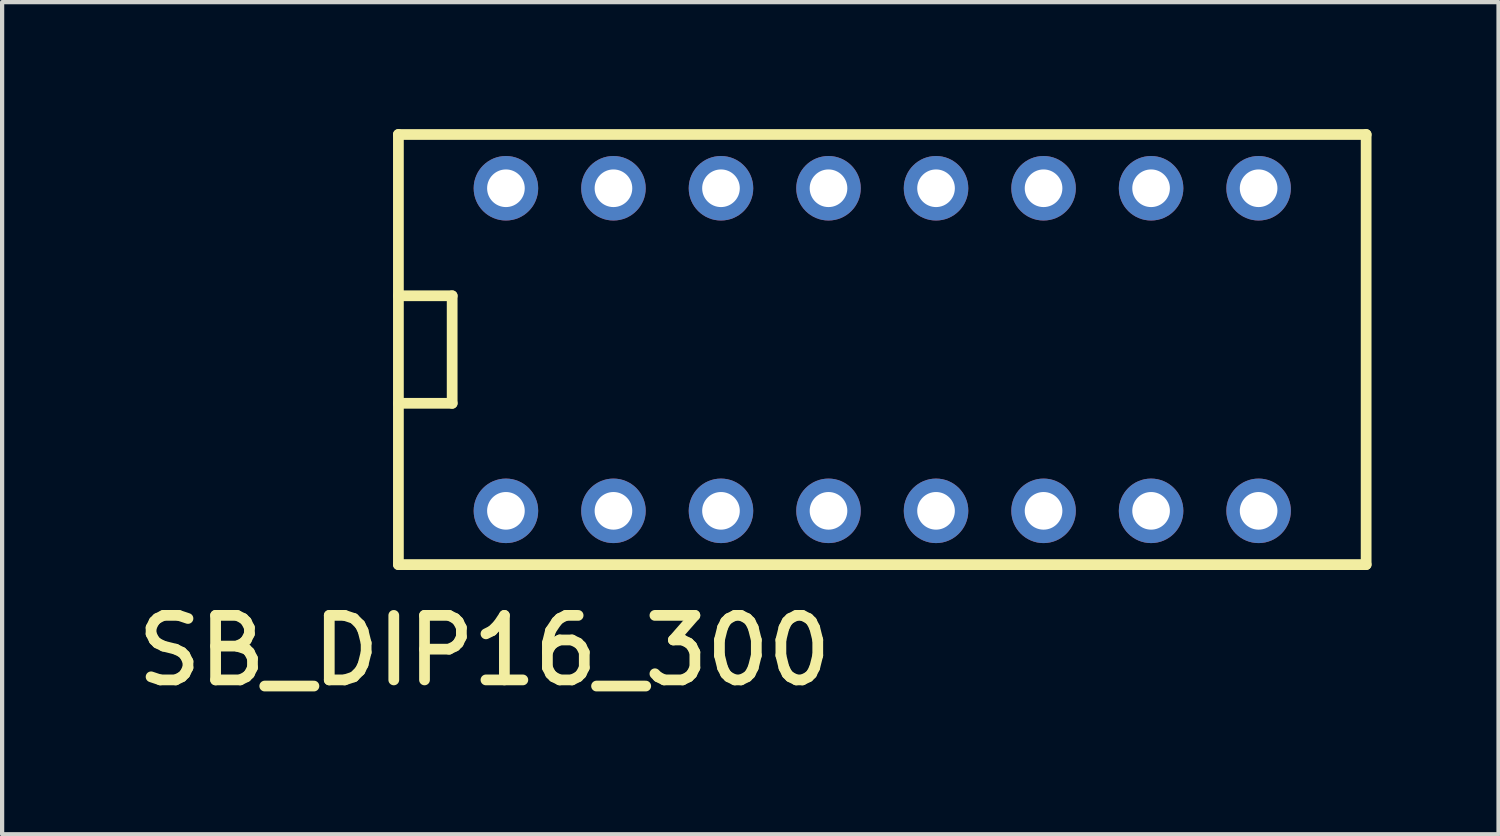
<source format=kicad_pcb>
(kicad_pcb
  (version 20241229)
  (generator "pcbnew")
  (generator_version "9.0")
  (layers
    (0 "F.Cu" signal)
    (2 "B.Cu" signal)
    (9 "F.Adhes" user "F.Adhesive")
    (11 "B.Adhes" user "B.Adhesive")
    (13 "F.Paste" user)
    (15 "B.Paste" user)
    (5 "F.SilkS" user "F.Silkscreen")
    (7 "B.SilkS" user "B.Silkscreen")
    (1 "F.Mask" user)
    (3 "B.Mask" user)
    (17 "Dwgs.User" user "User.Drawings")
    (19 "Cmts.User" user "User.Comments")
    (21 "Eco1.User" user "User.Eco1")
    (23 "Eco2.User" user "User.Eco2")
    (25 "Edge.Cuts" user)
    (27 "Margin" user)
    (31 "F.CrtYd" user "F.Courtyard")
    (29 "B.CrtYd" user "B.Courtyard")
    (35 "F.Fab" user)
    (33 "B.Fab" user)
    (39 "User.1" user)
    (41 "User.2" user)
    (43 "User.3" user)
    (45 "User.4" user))
  (footprint "SB_DIP16_300"
    (layer "F.Cu")
    (at 8.901 9.017)
    (property "Reference" "SB_DIP16_300" (at -0.508 3.302 0) (layer "F.SilkS") (effects (font (size 1.524 1.524) (thickness 0.254))))
    (attr through_hole)
    (fp_line (start -2.54 -8.89) (end -2.54 1.27) (stroke (width 0.254) (type solid)) (layer "F.SilkS"))
    (fp_line (start -2.54 -2.54) (end -1.27 -2.54) (stroke (width 0.254) (type solid)) (layer "F.SilkS"))
    (fp_line (start -2.54 1.27) (end 20.32 1.27) (stroke (width 0.254) (type solid)) (layer "F.SilkS"))
    (fp_line (start -1.27 -5.08) (end -2.54 -5.08) (stroke (width 0.254) (type solid)) (layer "F.SilkS"))
    (fp_line (start -1.27 -2.54) (end -1.27 -5.08) (stroke (width 0.254) (type solid)) (layer "F.SilkS"))
    (fp_line (start 20.32 -8.89) (end -2.54 -8.89) (stroke (width 0.254) (type solid)) (layer "F.SilkS"))
    (fp_line (start 20.32 1.27) (end 20.32 -8.89) (stroke (width 0.254) (type solid)) (layer "F.SilkS"))
    (pad "1" thru_hole circle (at 0 0) (size 1.524 1.524) (drill 0.889) (layers "*.Cu" "*.Mask"))
    (pad "2" thru_hole circle (at 2.54 0) (size 1.524 1.524) (drill 0.889) (layers "*.Cu" "*.Mask"))
    (pad "3" thru_hole circle (at 5.08 0) (size 1.524 1.524) (drill 0.889) (layers "*.Cu" "*.Mask"))
    (pad "4" thru_hole circle (at 7.62 0) (size 1.524 1.524) (drill 0.889) (layers "*.Cu" "*.Mask"))
    (pad "5" thru_hole circle (at 10.16 0) (size 1.524 1.524) (drill 0.889) (layers "*.Cu" "*.Mask"))
    (pad "6" thru_hole circle (at 12.7 0) (size 1.524 1.524) (drill 0.889) (layers "*.Cu" "*.Mask"))
    (pad "7" thru_hole circle (at 15.24 0) (size 1.524 1.524) (drill 0.889) (layers "*.Cu" "*.Mask"))
    (pad "8" thru_hole circle (at 17.78 0) (size 1.524 1.524) (drill 0.889) (layers "*.Cu" "*.Mask"))
    (pad "9" thru_hole circle (at 17.78 -7.62) (size 1.524 1.524) (drill 0.889) (layers "*.Cu" "*.Mask"))
    (pad "10" thru_hole circle (at 15.24 -7.62) (size 1.524 1.524) (drill 0.889) (layers "*.Cu" "*.Mask"))
    (pad "11" thru_hole circle (at 12.7 -7.62) (size 1.524 1.524) (drill 0.889) (layers "*.Cu" "*.Mask"))
    (pad "12" thru_hole circle (at 10.16 -7.62) (size 1.524 1.524) (drill 0.889) (layers "*.Cu" "*.Mask"))
    (pad "13" thru_hole circle (at 7.62 -7.62) (size 1.524 1.524) (drill 0.889) (layers "*.Cu" "*.Mask"))
    (pad "14" thru_hole circle (at 5.08 -7.62) (size 1.524 1.524) (drill 0.889) (layers "*.Cu" "*.Mask"))
    (pad "15" thru_hole circle (at 2.54 -7.62) (size 1.524 1.524) (drill 0.889) (layers "*.Cu" "*.Mask"))
    (pad "16" thru_hole circle (at 0 -7.62) (size 1.524 1.524) (drill 0.889) (layers "*.Cu" "*.Mask")))
  (gr_rect
    (start -3 -3)
    (end 32.348 16.656)
    (stroke (width 0.1) (type default))
    (fill no)
    (layer "Edge.Cuts")))
</source>
